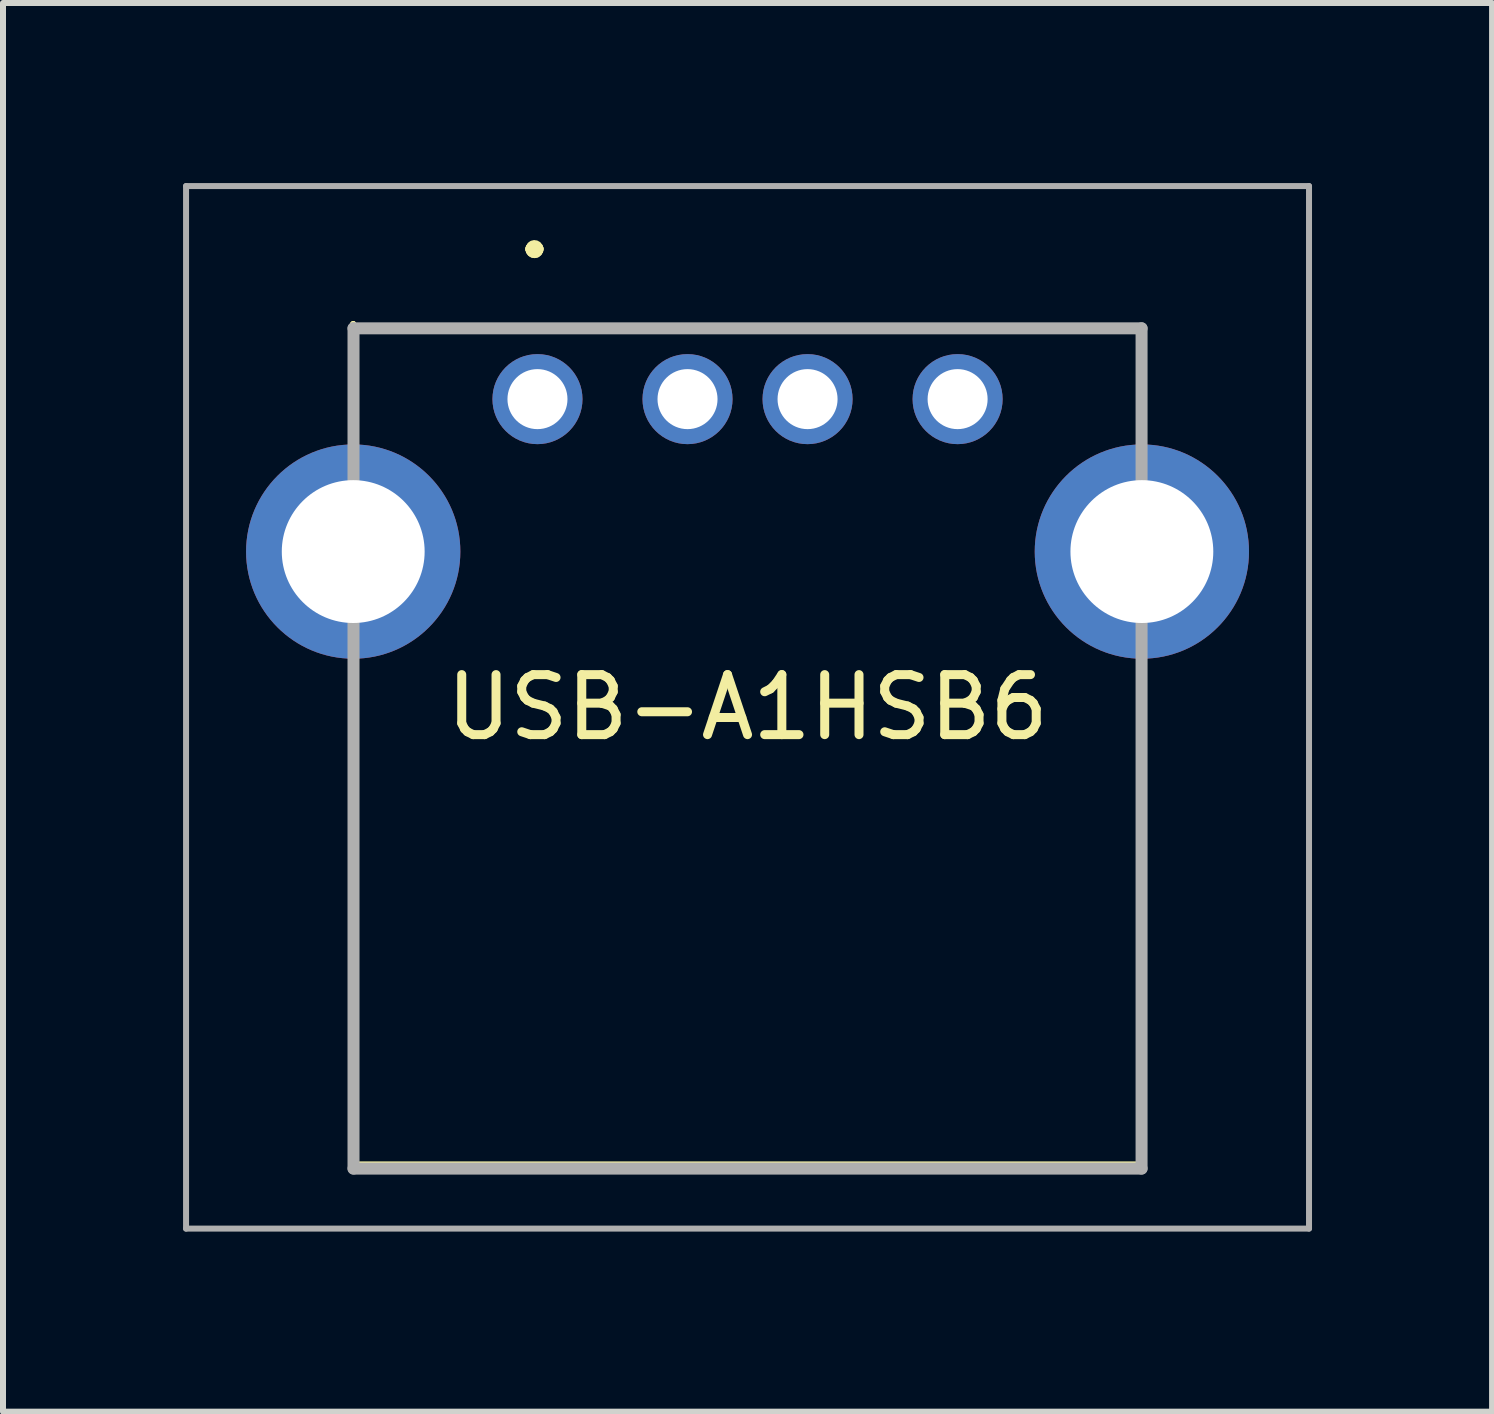
<source format=kicad_pcb>
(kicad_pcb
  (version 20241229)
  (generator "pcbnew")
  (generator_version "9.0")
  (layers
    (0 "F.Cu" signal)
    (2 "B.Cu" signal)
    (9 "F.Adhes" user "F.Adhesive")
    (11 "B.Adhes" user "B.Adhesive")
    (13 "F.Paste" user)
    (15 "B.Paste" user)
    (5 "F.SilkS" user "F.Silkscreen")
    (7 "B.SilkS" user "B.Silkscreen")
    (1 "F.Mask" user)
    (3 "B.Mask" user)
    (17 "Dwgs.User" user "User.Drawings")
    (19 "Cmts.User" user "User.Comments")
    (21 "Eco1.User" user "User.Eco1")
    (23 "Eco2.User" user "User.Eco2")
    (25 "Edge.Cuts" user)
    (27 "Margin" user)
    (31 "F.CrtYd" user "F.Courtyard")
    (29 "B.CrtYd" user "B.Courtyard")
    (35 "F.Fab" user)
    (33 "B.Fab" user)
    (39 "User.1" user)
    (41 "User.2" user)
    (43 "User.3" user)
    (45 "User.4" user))
  (footprint "USB-A1HSB6"
    (layer "F.Cu")
    (at 5.905 3.6)
    (property "Reference" "USB-A1HSB6" (at 3.5 5.135 0) (layer "F.SilkS") (effects (font (size 1 1) (thickness 0.15))))
    (attr through_hole)
    (fp_line (start -3.07 -1.25) (end -3.07 -1.25) (stroke (width 0.1) (type solid)) (layer "F.SilkS"))
    (fp_line (start -3.07 -1.25) (end -3.07 0) (stroke (width 0.1) (type solid)) (layer "F.SilkS"))
    (fp_line (start -3.07 -1.18) (end -3.07 -1.18) (stroke (width 0.1) (type solid)) (layer "F.SilkS"))
    (fp_line (start -3.07 -1.18) (end 10.07 -1.18) (stroke (width 0.1) (type solid)) (layer "F.SilkS"))
    (fp_line (start -3.07 0) (end -3.07 -1.25) (stroke (width 0.1) (type solid)) (layer "F.SilkS"))
    (fp_line (start -3.07 0) (end -3.07 0) (stroke (width 0.1) (type solid)) (layer "F.SilkS"))
    (fp_line (start -3.07 5.25) (end -3.07 5.25) (stroke (width 0.1) (type solid)) (layer "F.SilkS"))
    (fp_line (start -3.07 5.25) (end -3.07 12.75) (stroke (width 0.1) (type solid)) (layer "F.SilkS"))
    (fp_line (start -3.07 12.75) (end -3.07 5.25) (stroke (width 0.1) (type solid)) (layer "F.SilkS"))
    (fp_line (start -3.07 12.75) (end -3.07 12.75) (stroke (width 0.1) (type solid)) (layer "F.SilkS"))
    (fp_line (start -3.07 12.75) (end 10.07 12.75) (stroke (width 0.1) (type solid)) (layer "F.SilkS"))
    (fp_line (start -3.07 12.82) (end -3.07 12.75) (stroke (width 0.1) (type solid)) (layer "F.SilkS"))
    (fp_line (start -0.1 -2.5) (end -0.1 -2.5) (stroke (width 0.2) (type solid)) (layer "F.SilkS"))
    (fp_line (start -0.1 -2.5) (end -0.1 -2.5) (stroke (width 0.2) (type solid)) (layer "F.SilkS"))
    (fp_line (start 0 -2.5) (end 0 -2.5) (stroke (width 0.2) (type solid)) (layer "F.SilkS"))
    (fp_line (start 10.07 -1.18) (end -3.07 -1.18) (stroke (width 0.1) (type solid)) (layer "F.SilkS"))
    (fp_line (start 10.07 -1.18) (end 10.07 -1.18) (stroke (width 0.1) (type solid)) (layer "F.SilkS"))
    (fp_line (start 10.07 -1.18) (end 10.07 -1.18) (stroke (width 0.1) (type solid)) (layer "F.SilkS"))
    (fp_line (start 10.07 -1.18) (end 10.07 0.25) (stroke (width 0.1) (type solid)) (layer "F.SilkS"))
    (fp_line (start 10.07 0.25) (end 10.07 -1.18) (stroke (width 0.1) (type solid)) (layer "F.SilkS"))
    (fp_line (start 10.07 0.25) (end 10.07 0.25) (stroke (width 0.1) (type solid)) (layer "F.SilkS"))
    (fp_line (start 10.07 5) (end 10.07 5) (stroke (width 0.1) (type solid)) (layer "F.SilkS"))
    (fp_line (start 10.07 5) (end 10.07 12.82) (stroke (width 0.1) (type solid)) (layer "F.SilkS"))
    (fp_line (start 10.07 12.75) (end 10.07 12.82) (stroke (width 0.1) (type solid)) (layer "F.SilkS"))
    (fp_line (start 10.07 12.82) (end -3.07 12.82) (stroke (width 0.1) (type solid)) (layer "F.SilkS"))
    (fp_line (start 10.07 12.82) (end 10.07 5) (stroke (width 0.1) (type solid)) (layer "F.SilkS"))
    (fp_line (start 10.07 12.82) (end 10.07 12.82) (stroke (width 0.1) (type solid)) (layer "F.SilkS"))
    (fp_arc (start -0.1 -2.5) (mid -0.05 -2.55) (end 0 -2.5) (stroke (width 0.2) (type solid)) (layer "F.SilkS"))
    (fp_arc (start 0 -2.5) (mid -0.05 -2.45) (end -0.1 -2.5) (stroke (width 0.2) (type solid)) (layer "F.SilkS"))
    (fp_arc (start 0 -2.5) (mid -0.05 -2.45) (end -0.1 -2.5) (stroke (width 0.2) (type solid)) (layer "F.SilkS"))
    (fp_line (start -5.855 -3.55) (end 12.855 -3.55) (stroke (width 0.1) (type solid)) (layer "F.Fab"))
    (fp_line (start -5.855 13.82) (end -5.855 -3.55) (stroke (width 0.1) (type solid)) (layer "F.Fab"))
    (fp_line (start -3.065 -1.18) (end -3.065 12.82) (stroke (width 0.2) (type solid)) (layer "F.Fab"))
    (fp_line (start -3.065 12.82) (end 10.065 12.82) (stroke (width 0.2) (type solid)) (layer "F.Fab"))
    (fp_line (start 10.065 -1.18) (end -3.065 -1.18) (stroke (width 0.2) (type solid)) (layer "F.Fab"))
    (fp_line (start 10.065 12.82) (end 10.065 -1.18) (stroke (width 0.2) (type solid)) (layer "F.Fab"))
    (fp_line (start 12.855 -3.55) (end 12.855 13.82) (stroke (width 0.1) (type solid)) (layer "F.Fab"))
    (fp_line (start 12.855 13.82) (end -5.855 13.82) (stroke (width 0.1) (type solid)) (layer "F.Fab"))
    (pad "1" thru_hole circle (at 0 0) (size 1.5 1.5) (drill 1) (layers "*.Cu" "*.Mask"))
    (pad "2" thru_hole circle (at 2.5 0) (size 1.5 1.5) (drill 1) (layers "*.Cu" "*.Mask"))
    (pad "3" thru_hole circle (at 4.5 0) (size 1.5 1.5) (drill 1) (layers "*.Cu" "*.Mask"))
    (pad "4" thru_hole circle (at 7 0) (size 1.5 1.5) (drill 1) (layers "*.Cu" "*.Mask"))
    (pad "MH1" thru_hole circle (at -3.07 2.54) (size 3.57 3.57) (drill 2.38) (layers "*.Cu" "*.Mask"))
    (pad "MH2" thru_hole circle (at 10.07 2.54) (size 3.57 3.57) (drill 2.38) (layers "*.Cu" "*.Mask")))
  (gr_rect
    (start -3 -3)
    (end 21.81 20.47)
    (stroke (width 0.1) (type default))
    (fill no)
    (layer "Edge.Cuts")))
</source>
